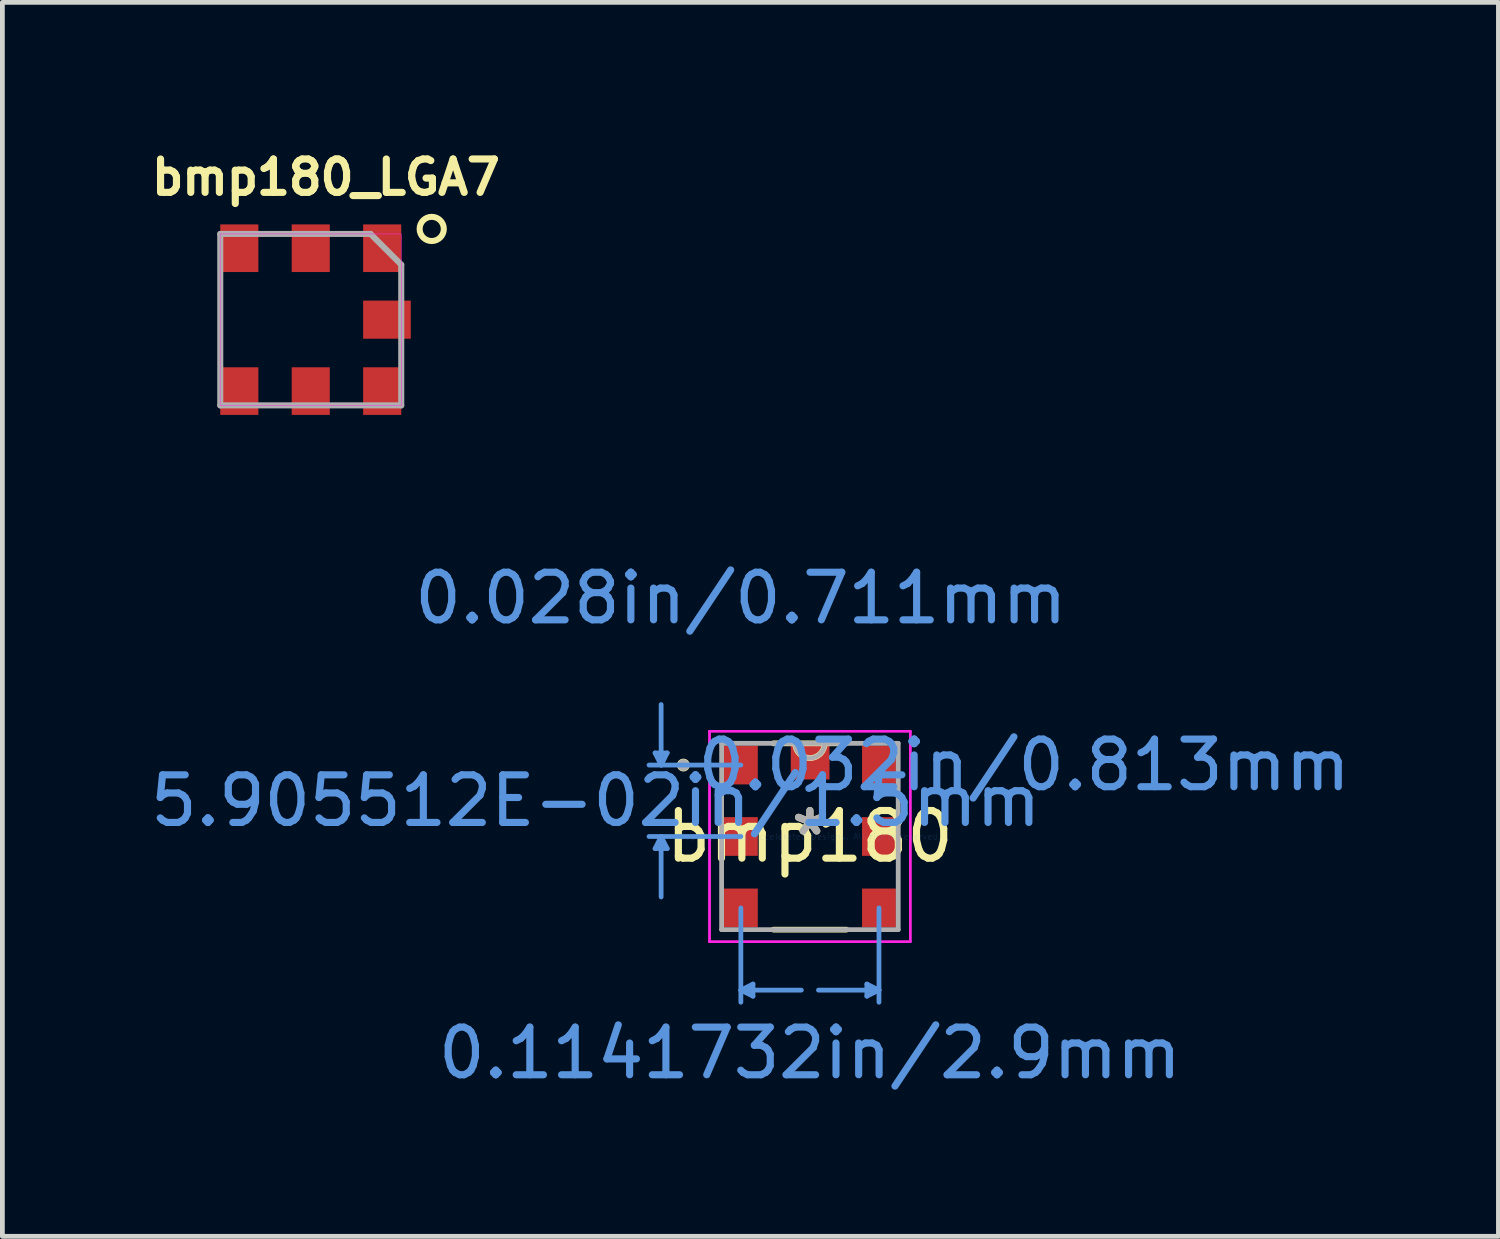
<source format=kicad_pcb>
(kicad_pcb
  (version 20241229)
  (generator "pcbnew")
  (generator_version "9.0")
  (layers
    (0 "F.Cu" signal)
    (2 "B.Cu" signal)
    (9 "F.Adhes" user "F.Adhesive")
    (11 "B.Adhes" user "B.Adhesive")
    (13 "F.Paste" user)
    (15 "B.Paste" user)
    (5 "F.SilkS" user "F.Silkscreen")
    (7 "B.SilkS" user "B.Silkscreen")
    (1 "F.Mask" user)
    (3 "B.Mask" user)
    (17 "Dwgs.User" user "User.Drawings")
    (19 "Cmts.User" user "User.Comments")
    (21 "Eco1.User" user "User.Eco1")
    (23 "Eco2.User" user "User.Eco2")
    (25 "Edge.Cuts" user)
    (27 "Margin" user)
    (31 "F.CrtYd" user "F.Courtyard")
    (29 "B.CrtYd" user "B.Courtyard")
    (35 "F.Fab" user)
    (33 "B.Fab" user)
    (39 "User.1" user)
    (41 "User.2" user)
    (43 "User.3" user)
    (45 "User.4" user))
  (footprint "bmp180"
    (layer "F.Cu")
    (at 13.956 14.514)
    (property "Reference" "bmp180" (at 0 0 0) (layer "F.SilkS") (effects (font (size 1 1) (thickness 0.15))))
    (attr through_hole)
    (fp_line (start -0.765 1.956) (end 0.765 1.956) (stroke (width 0.12) (type solid)) (layer "F.SilkS"))
    (fp_line (start 0.765 -1.956) (end -0.765 -1.956) (stroke (width 0.12) (type solid)) (layer "F.SilkS"))
    (fp_arc (start 0.309033 -1.9558) (mid 0 -1.646767) (end -0.309033 -1.9558) (stroke (width 0.12) (type solid)) (layer "F.SilkS"))
    (fp_circle (center -2.657 -1.5) (end -2.581 -1.5) (stroke (width 0.12) (type solid)) (fill no) (layer "F.SilkS"))
    (fp_line (start -3.251 -1.754) (end -3.124 -1.5) (stroke (width 0.1) (type solid)) (layer "Cmts.User"))
    (fp_line (start -3.251 0.254) (end -3.124 0.000001) (stroke (width 0.1) (type solid)) (layer "Cmts.User"))
    (fp_line (start -3.124 -1.5) (end -3.124 -2.77) (stroke (width 0.1) (type solid)) (layer "Cmts.User"))
    (fp_line (start -3.124 -1.5) (end -2.997 -1.754) (stroke (width 0.1) (type solid)) (layer "Cmts.User"))
    (fp_line (start -3.124 0.000001) (end -3.124 1.27) (stroke (width 0.1) (type solid)) (layer "Cmts.User"))
    (fp_line (start -3.124 0.000001) (end -2.997 0.254) (stroke (width 0.1) (type solid)) (layer "Cmts.User"))
    (fp_line (start -2.997 -1.754) (end -3.251 -1.754) (stroke (width 0.1) (type solid)) (layer "Cmts.User"))
    (fp_line (start -2.997 0.254) (end -3.251 0.254) (stroke (width 0.1) (type solid)) (layer "Cmts.User"))
    (fp_line (start -1.45 -1.5) (end -3.378 -1.5) (stroke (width 0.1) (type solid)) (layer "Cmts.User"))
    (fp_line (start -1.45 0.000001) (end -3.378 0.000001) (stroke (width 0.1) (type solid)) (layer "Cmts.User"))
    (fp_line (start -1.45 1.5) (end -1.45 3.48) (stroke (width 0.1) (type solid)) (layer "Cmts.User"))
    (fp_line (start -1.45 3.226) (end -1.196 3.353) (stroke (width 0.1) (type solid)) (layer "Cmts.User"))
    (fp_line (start -1.45 3.226) (end -0.18 3.226) (stroke (width 0.1) (type solid)) (layer "Cmts.User"))
    (fp_line (start -1.196 3.099) (end -1.45 3.226) (stroke (width 0.1) (type solid)) (layer "Cmts.User"))
    (fp_line (start -1.196 3.353) (end -1.196 3.099) (stroke (width 0.1) (type solid)) (layer "Cmts.User"))
    (fp_line (start 1.196 3.099) (end 1.45 3.226) (stroke (width 0.1) (type solid)) (layer "Cmts.User"))
    (fp_line (start 1.196 3.353) (end 1.196 3.099) (stroke (width 0.1) (type solid)) (layer "Cmts.User"))
    (fp_line (start 1.45 1.5) (end 1.45 3.48) (stroke (width 0.1) (type solid)) (layer "Cmts.User"))
    (fp_line (start 1.45 3.226) (end 0.18 3.226) (stroke (width 0.1) (type solid)) (layer "Cmts.User"))
    (fp_line (start 1.45 3.226) (end 1.196 3.353) (stroke (width 0.1) (type solid)) (layer "Cmts.User"))
    (fp_line (start -2.108 -2.21) (end 2.108 -2.21) (stroke (width 0.05) (type solid)) (layer "F.CrtYd"))
    (fp_line (start -2.108 -2.21) (end 2.108 -2.21) (stroke (width 0.05) (type solid)) (layer "F.CrtYd"))
    (fp_line (start -2.108 2.21) (end -2.108 -2.21) (stroke (width 0.05) (type solid)) (layer "F.CrtYd"))
    (fp_line (start -2.108 2.21) (end -2.108 -2.21) (stroke (width 0.05) (type solid)) (layer "F.CrtYd"))
    (fp_line (start 2.108 -2.21) (end 2.108 2.21) (stroke (width 0.05) (type solid)) (layer "F.CrtYd"))
    (fp_line (start 2.108 -2.21) (end 2.108 2.21) (stroke (width 0.05) (type solid)) (layer "F.CrtYd"))
    (fp_line (start 2.108 2.21) (end -2.108 2.21) (stroke (width 0.05) (type solid)) (layer "F.CrtYd"))
    (fp_line (start 2.108 2.21) (end -2.108 2.21) (stroke (width 0.05) (type solid)) (layer "F.CrtYd"))
    (fp_line (start -1.854 -1.956) (end -1.854 1.956) (stroke (width 0.1) (type solid)) (layer "F.Fab"))
    (fp_line (start -1.854 1.956) (end 1.854 1.956) (stroke (width 0.1) (type solid)) (layer "F.Fab"))
    (fp_line (start 1.854 -1.956) (end -1.854 -1.956) (stroke (width 0.1) (type solid)) (layer "F.Fab"))
    (fp_line (start 1.854 1.956) (end 1.854 -1.956) (stroke (width 0.1) (type solid)) (layer "F.Fab"))
    (fp_arc (start 0.309033 -1.9558) (mid 0 -1.646767) (end -0.309033 -1.9558) (stroke (width 0.1) (type solid)) (layer "F.Fab"))
    (fp_circle (center -2.657 -1.5) (end -2.581 -1.5) (stroke (width 0.1) (type solid)) (fill no) (layer "F.Fab"))
    (fp_text user "*" (at 0 0 0) (layer "F.SilkS") (effects (font (size 1 1) (thickness 0.15))))
    (fp_text user "Copyright 2021 Accelerated Designs. All rights reserved." (at 0 0 0) (layer "Cmts.User") (effects (font (size 0.127 0.127) (thickness 0.002))))
    (fp_text user "0.1141732in/2.9mm" (at 0 4.548 0) (layer "Cmts.User") (effects (font (size 1 1) (thickness 0.15))))
    (fp_text user "0.032in/0.813mm" (at 4.498 -1.5 0) (layer "Cmts.User") (effects (font (size 1 1) (thickness 0.15))))
    (fp_text user "5.905512E-02in/1.5mm" (at -4.498 -0.75 0) (layer "Cmts.User") (effects (font (size 1 1) (thickness 0.15))))
    (fp_text user "0.028in/0.711mm" (at -1.45 -5.004 0) (layer "Cmts.User") (effects (font (size 1 1) (thickness 0.15))))
    (fp_text user "*" (at 0 0 0) (layer "F.Fab") (effects (font (size 1 1) (thickness 0.15))))
    (pad "1" smd rect (at -1.45 -1.5) (size 0.711 0.813) (layers "F.Cu" "F.Mask" "F.Paste"))
    (pad "2" smd rect (at -1.45 0) (size 0.711 0.813) (layers "F.Cu" "F.Mask" "F.Paste"))
    (pad "3" smd rect (at -1.45 1.5) (size 0.711 0.813) (layers "F.Cu" "F.Mask" "F.Paste"))
    (pad "4" smd rect (at 1.45 1.5) (size 0.711 0.813) (layers "F.Cu" "F.Mask" "F.Paste"))
    (pad "5" smd rect (at 1.45 0) (size 0.711 0.813) (layers "F.Cu" "F.Mask" "F.Paste"))
    (pad "6" smd rect (at 1.45 -1.5) (size 0.711 0.813) (layers "F.Cu" "F.Mask" "F.Paste"))
    (pad "7" smd rect (at 0.005 -1.553 90) (size 0.711 0.813) (layers "F.Cu" "F.Mask" "F.Paste")))
  (footprint "bmp180_LGA7"
    (layer "F.Cu")
    (at 3.475 3.662)
    (property "Reference" "bmp180_LGA7" (at 0.318 -2.989 0) (layer "F.SilkS") (effects (font (size 0.701 0.701) (thickness 0.15))))
    (attr through_hole)
    (fp_circle (center 2.54 -1.905) (end 2.794 -1.905) (stroke (width 0.127) (type solid)) (fill no) (layer "F.SilkS"))
    (fp_poly (pts (xy -1.902 -1.8) (xy 1.9 -1.8) (xy 1.9 1.802) (xy -1.902 1.802)) (stroke (width 0.01) (type solid)) (fill no) (layer "F.CrtYd"))
    (fp_line (start -1.9 -1.8) (end 1.255 -1.8) (stroke (width 0.127) (type solid)) (layer "F.Fab"))
    (fp_line (start -1.9 1.8) (end -1.9 -1.8) (stroke (width 0.127) (type solid)) (layer "F.Fab"))
    (fp_line (start 1.255 -1.8) (end 1.9 -1.155) (stroke (width 0.127) (type solid)) (layer "F.Fab"))
    (fp_line (start 1.9 -1.155) (end 1.9 1.8) (stroke (width 0.127) (type solid)) (layer "F.Fab"))
    (fp_line (start 1.9 1.8) (end -1.9 1.8) (stroke (width 0.127) (type solid)) (layer "F.Fab"))
    (pad "1" smd rect (at 1.5 -1.5 90) (size 1 0.8) (layers "F.Cu" "F.Mask" "F.Paste"))
    (pad "2" smd rect (at 0 -1.5 90) (size 1 0.8) (layers "F.Cu" "F.Mask" "F.Paste"))
    (pad "3" smd rect (at -1.5 -1.5 90) (size 1 0.8) (layers "F.Cu" "F.Mask" "F.Paste"))
    (pad "4" smd rect (at -1.5 1.5 90) (size 1 0.8) (layers "F.Cu" "F.Mask" "F.Paste"))
    (pad "5" smd rect (at 0 1.5 90) (size 1 0.8) (layers "F.Cu" "F.Mask" "F.Paste"))
    (pad "6" smd rect (at 1.5 1.5 90) (size 1 0.8) (layers "F.Cu" "F.Mask" "F.Paste"))
    (pad "7" smd rect (at 1.6 0) (size 1 0.8) (layers "F.Cu" "F.Mask" "F.Paste")))
  (gr_rect
    (start -3 -3)
    (end 28.413 22.91)
    (stroke (width 0.1) (type default))
    (fill no)
    (layer "Edge.Cuts")))
</source>
